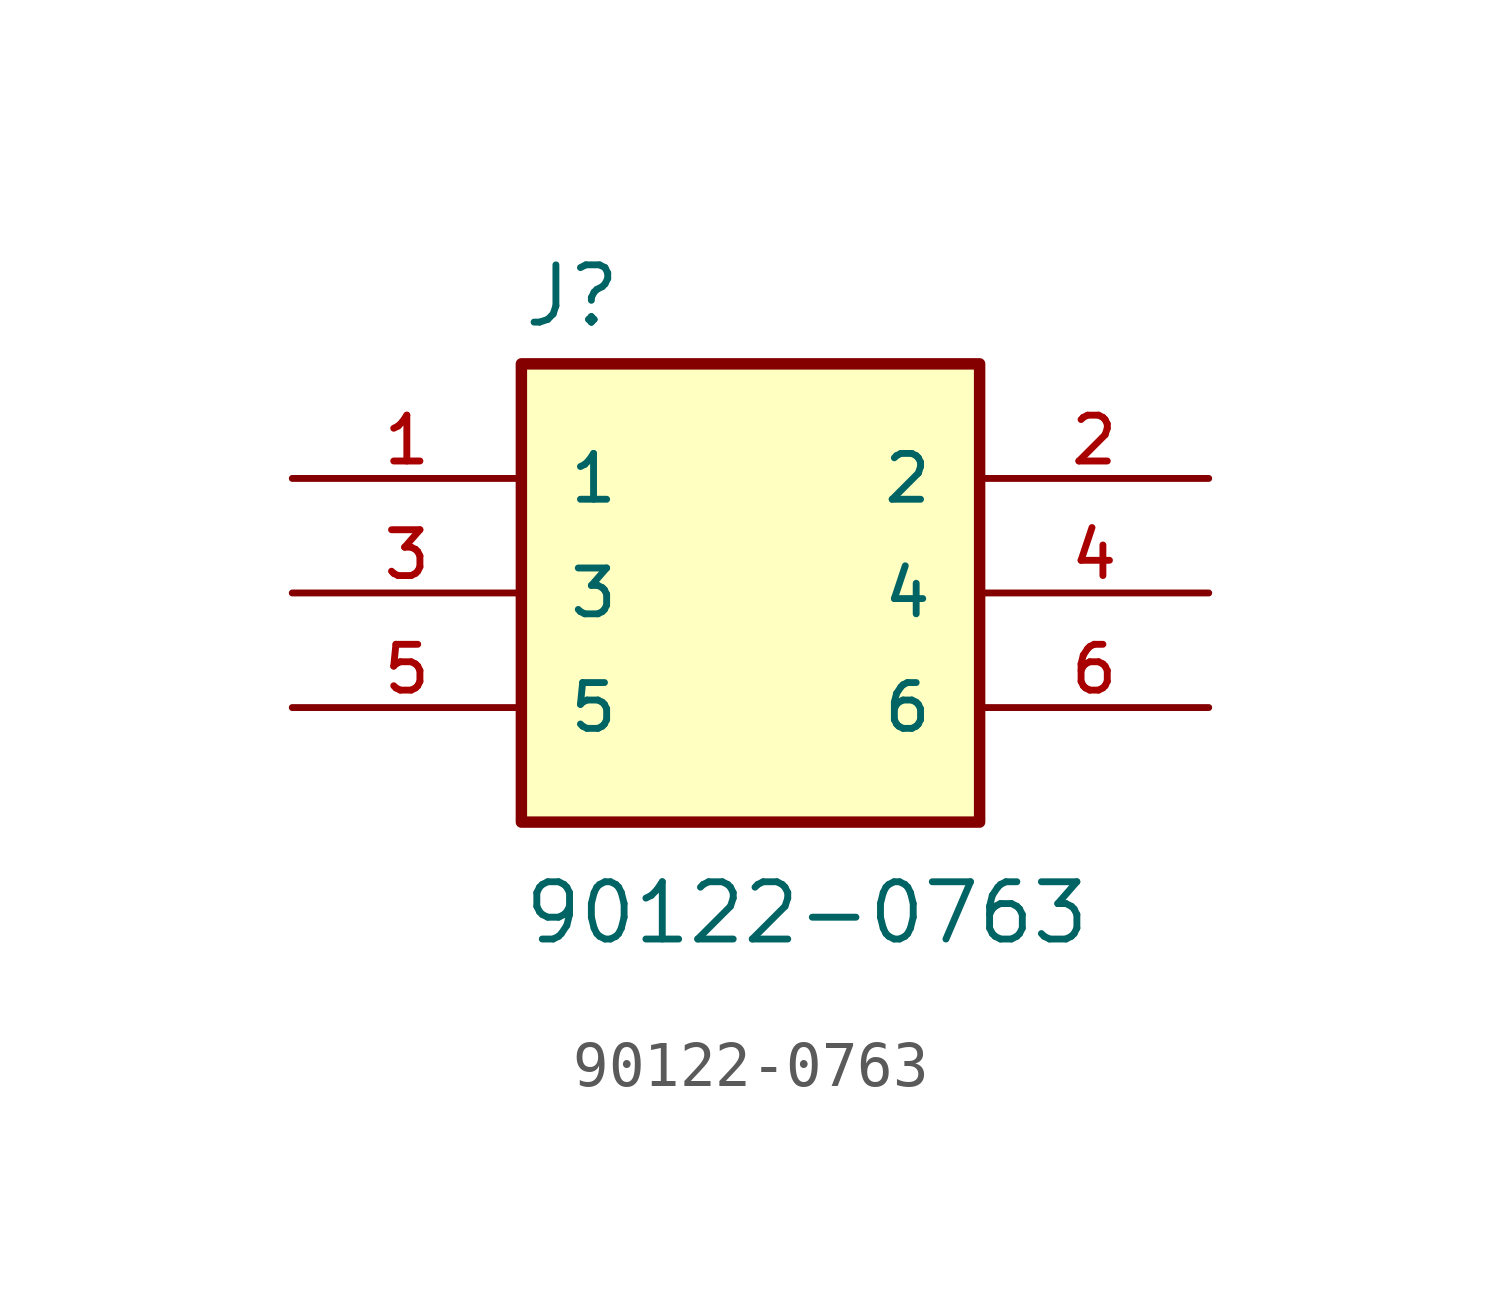
<source format=kicad_sym>
(kicad_symbol_lib
  (version 20211014)
  (generator kicad_symbol_editor)
  (symbol "90122-0763"
    (pin_names
      (offset 1.016))
    (property "Reference" "J"
      (at -5.08 5.842 0)
      (effects (font (size 1.27 1.27)) (justify bottom left)))
    (property "Value" "90122-0763"
      (at -5.08 -6.35 0)
      (effects (font (size 1.27 1.27)) (justify top left)))
    (symbol "90122-0763_0_0"
      (rectangle (start -5.08 -5.08) (end 5.08 5.08) (stroke (width 0.254)) (fill (type background)))
      (pin passive line (at -10.16 2.54 0) (length 5.08) (name "1" (effects (font (size 1.016 1.016)))) (number "1" (effects (font (size 1.016 1.016)))))
      (pin passive line (at 10.16 2.54 180.0) (length 5.08) (name "2" (effects (font (size 1.016 1.016)))) (number "2" (effects (font (size 1.016 1.016)))))
      (pin passive line (at -10.16 0.0 0) (length 5.08) (name "3" (effects (font (size 1.016 1.016)))) (number "3" (effects (font (size 1.016 1.016)))))
      (pin passive line (at 10.16 0.0 180.0) (length 5.08) (name "4" (effects (font (size 1.016 1.016)))) (number "4" (effects (font (size 1.016 1.016)))))
      (pin passive line (at -10.16 -2.54 0) (length 5.08) (name "5" (effects (font (size 1.016 1.016)))) (number "5" (effects (font (size 1.016 1.016)))))
      (pin passive line (at 10.16 -2.54 180.0) (length 5.08) (name "6" (effects (font (size 1.016 1.016)))) (number "6" (effects (font (size 1.016 1.016))))))))
</source>
